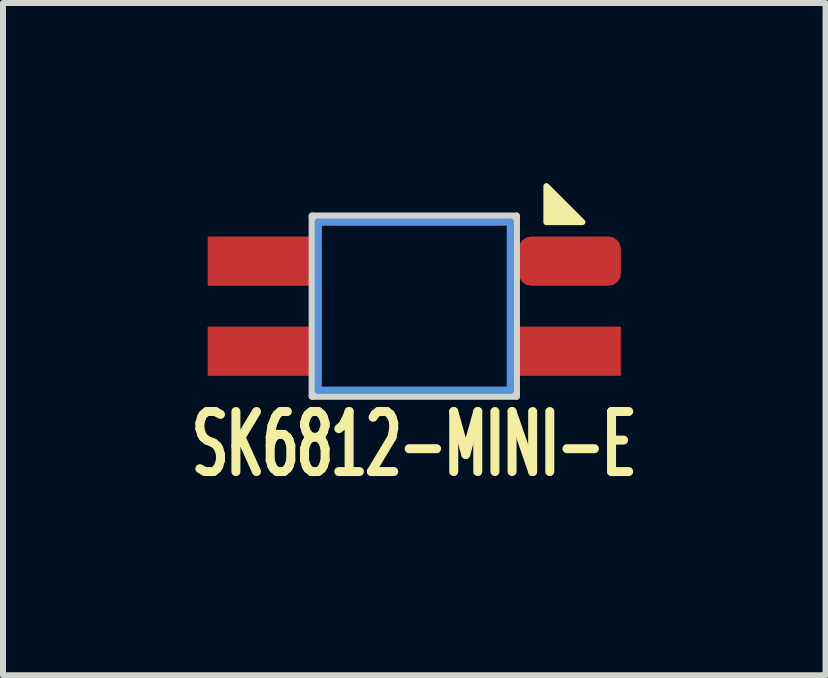
<source format=kicad_pcb>
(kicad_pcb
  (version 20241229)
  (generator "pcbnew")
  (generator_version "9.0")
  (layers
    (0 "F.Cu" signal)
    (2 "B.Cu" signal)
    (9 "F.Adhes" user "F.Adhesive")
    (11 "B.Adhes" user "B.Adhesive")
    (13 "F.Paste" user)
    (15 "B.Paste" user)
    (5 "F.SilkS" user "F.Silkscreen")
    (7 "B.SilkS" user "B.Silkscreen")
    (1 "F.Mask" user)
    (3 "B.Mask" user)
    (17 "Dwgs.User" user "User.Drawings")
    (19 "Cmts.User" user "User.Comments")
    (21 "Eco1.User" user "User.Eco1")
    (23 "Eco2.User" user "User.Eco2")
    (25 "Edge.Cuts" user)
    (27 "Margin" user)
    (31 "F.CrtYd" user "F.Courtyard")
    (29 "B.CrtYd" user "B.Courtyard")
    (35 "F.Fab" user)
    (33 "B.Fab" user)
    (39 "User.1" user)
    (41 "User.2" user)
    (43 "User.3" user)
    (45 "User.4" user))
  (footprint "SK6812-MINI-E"
    (layer "F.Cu")
    (at 3.851 2.05)
    (property "Reference" "SK6812-MINI-E" (at 0 2.3 0) (unlocked yes) (layer "F.SilkS") (effects (font (size 1 0.6) (thickness 0.15))))
    (attr smd)
    (fp_poly (pts (xy 2.8 -1.4) (xy 2.2 -1.4) (xy 2.2 -2)) (stroke (width 0.1) (type solid)) (fill yes) (layer "F.SilkS"))
    (fp_line (start -1.6 -1.4) (end 1.6 -1.4) (stroke (width 0.12) (type solid)) (layer "Cmts.User"))
    (fp_line (start -1.6 1.4) (end -1.6 -1.4) (stroke (width 0.12) (type solid)) (layer "Cmts.User"))
    (fp_line (start 1.6 -1.4) (end 1.6 1.4) (stroke (width 0.12) (type solid)) (layer "Cmts.User"))
    (fp_line (start 1.6 1.4) (end -1.6 1.4) (stroke (width 0.12) (type solid)) (layer "Cmts.User"))
    (fp_line (start -1.7 -1.5) (end 1.7 -1.5) (stroke (width 0.12) (type solid)) (layer "Edge.Cuts"))
    (fp_line (start -1.7 1.5) (end -1.7 -1.5) (stroke (width 0.12) (type solid)) (layer "Edge.Cuts"))
    (fp_line (start 1.7 -1.5) (end 1.7 1.5) (stroke (width 0.12) (type solid)) (layer "Edge.Cuts"))
    (fp_line (start 1.7 1.5) (end -1.7 1.5) (stroke (width 0.12) (type solid)) (layer "Edge.Cuts"))
    (pad "1" smd rect (at -2.591 0.75) (size 1.7 0.82) (layers "F.Cu" "F.Mask" "F.Paste"))
    (pad "2" smd rect (at -2.591 -0.75) (size 1.7 0.82) (layers "F.Cu" "F.Mask" "F.Paste"))
    (pad "3" smd roundrect (at 2.591 -0.75) (size 1.7 0.82) (layers "F.Cu" "F.Mask" "F.Paste") (roundrect_rratio 0.25))
    (pad "4" smd rect (at 2.591 0.75) (size 1.7 0.82) (layers "F.Cu" "F.Mask" "F.Paste")))
  (gr_rect
    (start -3 -3)
    (end 10.701 8.198)
    (stroke (width 0.1) (type default))
    (fill no)
    (layer "Edge.Cuts")))
</source>
